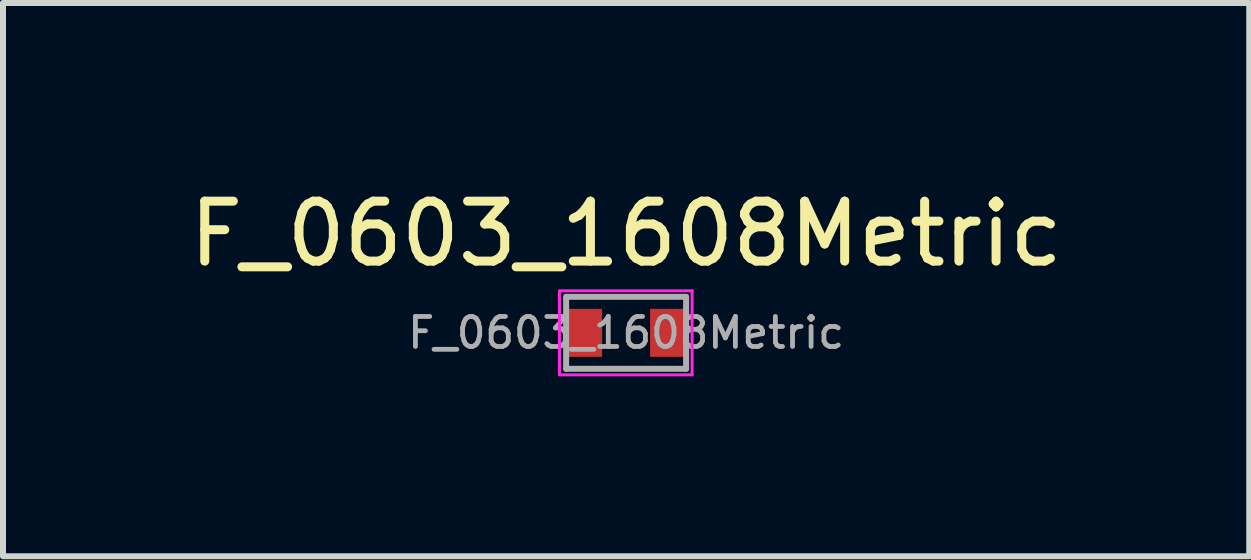
<source format=kicad_pcb>
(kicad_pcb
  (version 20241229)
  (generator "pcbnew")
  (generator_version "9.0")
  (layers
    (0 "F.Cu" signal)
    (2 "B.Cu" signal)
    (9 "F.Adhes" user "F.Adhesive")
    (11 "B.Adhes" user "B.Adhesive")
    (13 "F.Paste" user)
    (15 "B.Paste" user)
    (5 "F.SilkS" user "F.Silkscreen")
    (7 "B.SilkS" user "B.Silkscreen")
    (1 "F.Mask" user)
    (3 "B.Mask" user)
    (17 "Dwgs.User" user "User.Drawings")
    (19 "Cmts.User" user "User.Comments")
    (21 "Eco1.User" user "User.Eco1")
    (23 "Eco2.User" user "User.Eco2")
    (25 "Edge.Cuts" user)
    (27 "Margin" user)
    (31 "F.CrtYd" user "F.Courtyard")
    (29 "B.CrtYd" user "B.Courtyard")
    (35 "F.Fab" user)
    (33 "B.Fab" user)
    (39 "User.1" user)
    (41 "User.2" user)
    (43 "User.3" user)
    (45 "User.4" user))
  (footprint "F_0603_1608Metric"
    (layer "F.Cu")
    (at 7.387 2.498)
    (property "Reference" "F_0603_1608Metric" (at 0 -1.65 0) (layer "F.SilkS") (effects (font (size 1 1) (thickness 0.15))))
    (attr smd)
    (fp_line (start -1.111 0.7) (end -1.111 -0.7) (stroke (width 0.05) (type solid)) (layer "F.CrtYd"))
    (fp_line (start -1.1 -0.7) (end 1.1 -0.7) (stroke (width 0.05) (type solid)) (layer "F.CrtYd"))
    (fp_line (start 1.1 -0.7) (end 1.1 0.7) (stroke (width 0.05) (type solid)) (layer "F.CrtYd"))
    (fp_line (start 1.1 0.7) (end -1.1 0.7) (stroke (width 0.05) (type solid)) (layer "F.CrtYd"))
    (fp_line (start -1 -0.6) (end 1 -0.6) (stroke (width 0.1) (type solid)) (layer "F.Fab"))
    (fp_line (start -1 0.6) (end -1 -0.6) (stroke (width 0.1) (type solid)) (layer "F.Fab"))
    (fp_line (start 1 -0.6) (end 1 0.6) (stroke (width 0.1) (type solid)) (layer "F.Fab"))
    (fp_line (start 1 0.6) (end -1 0.6) (stroke (width 0.1) (type solid)) (layer "F.Fab"))
    (fp_text user "${REFERENCE}" (at 0 0 0) (layer "F.Fab") (effects (font (size 0.5 0.5) (thickness 0.08))))
    (pad "1" smd rect (at -0.7 0) (size 0.6 0.8) (layers "F.Cu" "F.Mask" "F.Paste"))
    (pad "2" smd rect (at 0.7 0) (size 0.6 0.8) (layers "F.Cu" "F.Mask" "F.Paste")))
  (gr_rect
    (start -3 -3)
    (end 17.774 6.223)
    (stroke (width 0.1) (type default))
    (fill no)
    (layer "Edge.Cuts")))
</source>
